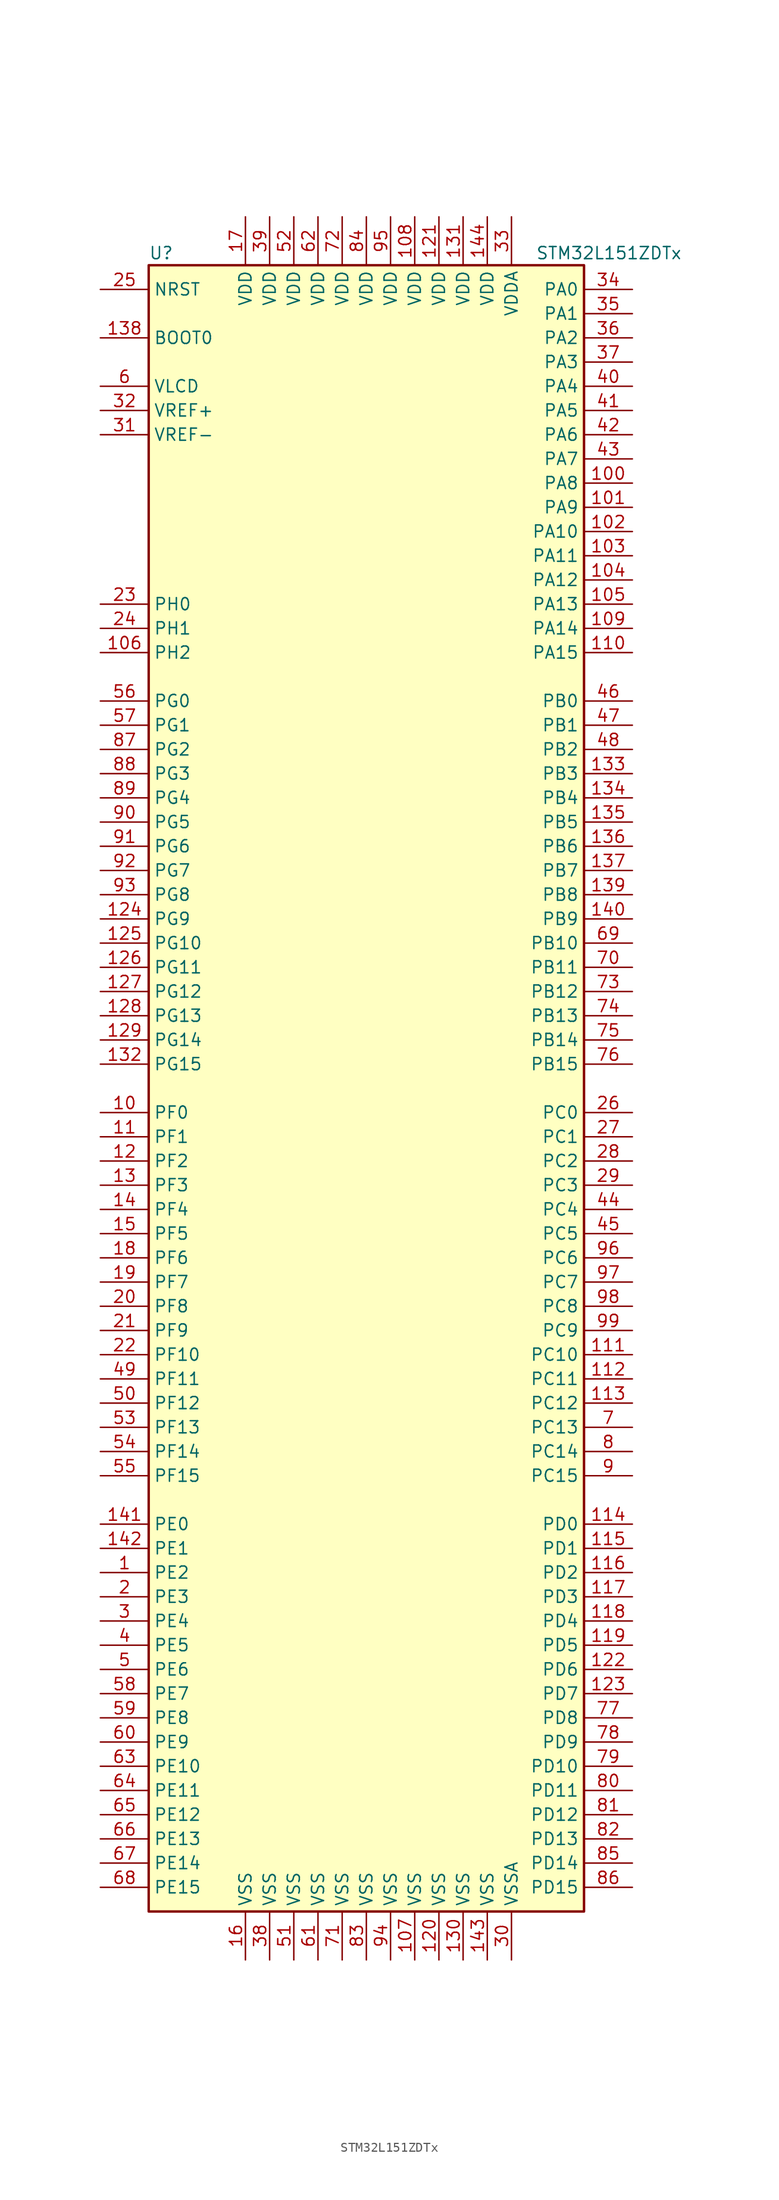
<source format=kicad_sym>
(kicad_symbol_lib
  (version 20201005)
  (generator kicad_symbol_editor)
  (symbol "MCU_ST_STM32L1:STM32L151ZDTx"
    (property "Reference" "U"
      (at -22.86 87.63 0)
      (effects (font (size 1.27 1.27)) (justify left)))
    (property "Value" "STM32L151ZDTx"
      (at 17.78 87.63 0)
      (effects (font (size 1.27 1.27)) (justify left)))
    (symbol "STM32L151ZDTx_0_1"
      (rectangle (start -22.86 -86.36) (end 22.86 86.36) (stroke (width 0.254)) (fill (type background))))
    (symbol "STM32L151ZDTx_1_1"
      (pin input line (at -27.94 78.74 0) (length 5.08) (name "BOOT0" (effects (font (size 1.27 1.27)))) (number "138" (effects (font (size 1.27 1.27)))))
      (pin input line (at -27.94 83.82 0) (length 5.08) (name "NRST" (effects (font (size 1.27 1.27)))) (number "25" (effects (font (size 1.27 1.27)))))
      (pin bidirectional line (at 27.94 83.82 180) (length 5.08) (name "PA0" (effects (font (size 1.27 1.27)))) (number "34" (effects (font (size 1.27 1.27)))))
      (pin bidirectional line (at 27.94 81.28 180) (length 5.08) (name "PA1" (effects (font (size 1.27 1.27)))) (number "35" (effects (font (size 1.27 1.27)))))
      (pin bidirectional line (at 27.94 58.42 180) (length 5.08) (name "PA10" (effects (font (size 1.27 1.27)))) (number "102" (effects (font (size 1.27 1.27)))))
      (pin bidirectional line (at 27.94 55.88 180) (length 5.08) (name "PA11" (effects (font (size 1.27 1.27)))) (number "103" (effects (font (size 1.27 1.27)))))
      (pin bidirectional line (at 27.94 53.34 180) (length 5.08) (name "PA12" (effects (font (size 1.27 1.27)))) (number "104" (effects (font (size 1.27 1.27)))))
      (pin bidirectional line (at 27.94 50.8 180) (length 5.08) (name "PA13" (effects (font (size 1.27 1.27)))) (number "105" (effects (font (size 1.27 1.27)))))
      (pin bidirectional line (at 27.94 48.26 180) (length 5.08) (name "PA14" (effects (font (size 1.27 1.27)))) (number "109" (effects (font (size 1.27 1.27)))))
      (pin bidirectional line (at 27.94 45.72 180) (length 5.08) (name "PA15" (effects (font (size 1.27 1.27)))) (number "110" (effects (font (size 1.27 1.27)))))
      (pin bidirectional line (at 27.94 78.74 180) (length 5.08) (name "PA2" (effects (font (size 1.27 1.27)))) (number "36" (effects (font (size 1.27 1.27)))))
      (pin bidirectional line (at 27.94 76.2 180) (length 5.08) (name "PA3" (effects (font (size 1.27 1.27)))) (number "37" (effects (font (size 1.27 1.27)))))
      (pin bidirectional line (at 27.94 73.66 180) (length 5.08) (name "PA4" (effects (font (size 1.27 1.27)))) (number "40" (effects (font (size 1.27 1.27)))))
      (pin bidirectional line (at 27.94 71.12 180) (length 5.08) (name "PA5" (effects (font (size 1.27 1.27)))) (number "41" (effects (font (size 1.27 1.27)))))
      (pin bidirectional line (at 27.94 68.58 180) (length 5.08) (name "PA6" (effects (font (size 1.27 1.27)))) (number "42" (effects (font (size 1.27 1.27)))))
      (pin bidirectional line (at 27.94 66.04 180) (length 5.08) (name "PA7" (effects (font (size 1.27 1.27)))) (number "43" (effects (font (size 1.27 1.27)))))
      (pin bidirectional line (at 27.94 63.5 180) (length 5.08) (name "PA8" (effects (font (size 1.27 1.27)))) (number "100" (effects (font (size 1.27 1.27)))))
      (pin bidirectional line (at 27.94 60.96 180) (length 5.08) (name "PA9" (effects (font (size 1.27 1.27)))) (number "101" (effects (font (size 1.27 1.27)))))
      (pin bidirectional line (at 27.94 40.64 180) (length 5.08) (name "PB0" (effects (font (size 1.27 1.27)))) (number "46" (effects (font (size 1.27 1.27)))))
      (pin bidirectional line (at 27.94 38.1 180) (length 5.08) (name "PB1" (effects (font (size 1.27 1.27)))) (number "47" (effects (font (size 1.27 1.27)))))
      (pin bidirectional line (at 27.94 15.24 180) (length 5.08) (name "PB10" (effects (font (size 1.27 1.27)))) (number "69" (effects (font (size 1.27 1.27)))))
      (pin bidirectional line (at 27.94 12.7 180) (length 5.08) (name "PB11" (effects (font (size 1.27 1.27)))) (number "70" (effects (font (size 1.27 1.27)))))
      (pin bidirectional line (at 27.94 10.16 180) (length 5.08) (name "PB12" (effects (font (size 1.27 1.27)))) (number "73" (effects (font (size 1.27 1.27)))))
      (pin bidirectional line (at 27.94 7.62 180) (length 5.08) (name "PB13" (effects (font (size 1.27 1.27)))) (number "74" (effects (font (size 1.27 1.27)))))
      (pin bidirectional line (at 27.94 5.08 180) (length 5.08) (name "PB14" (effects (font (size 1.27 1.27)))) (number "75" (effects (font (size 1.27 1.27)))))
      (pin bidirectional line (at 27.94 2.54 180) (length 5.08) (name "PB15" (effects (font (size 1.27 1.27)))) (number "76" (effects (font (size 1.27 1.27)))))
      (pin bidirectional line (at 27.94 35.56 180) (length 5.08) (name "PB2" (effects (font (size 1.27 1.27)))) (number "48" (effects (font (size 1.27 1.27)))))
      (pin bidirectional line (at 27.94 33.02 180) (length 5.08) (name "PB3" (effects (font (size 1.27 1.27)))) (number "133" (effects (font (size 1.27 1.27)))))
      (pin bidirectional line (at 27.94 30.48 180) (length 5.08) (name "PB4" (effects (font (size 1.27 1.27)))) (number "134" (effects (font (size 1.27 1.27)))))
      (pin bidirectional line (at 27.94 27.94 180) (length 5.08) (name "PB5" (effects (font (size 1.27 1.27)))) (number "135" (effects (font (size 1.27 1.27)))))
      (pin bidirectional line (at 27.94 25.4 180) (length 5.08) (name "PB6" (effects (font (size 1.27 1.27)))) (number "136" (effects (font (size 1.27 1.27)))))
      (pin bidirectional line (at 27.94 22.86 180) (length 5.08) (name "PB7" (effects (font (size 1.27 1.27)))) (number "137" (effects (font (size 1.27 1.27)))))
      (pin bidirectional line (at 27.94 20.32 180) (length 5.08) (name "PB8" (effects (font (size 1.27 1.27)))) (number "139" (effects (font (size 1.27 1.27)))))
      (pin bidirectional line (at 27.94 17.78 180) (length 5.08) (name "PB9" (effects (font (size 1.27 1.27)))) (number "140" (effects (font (size 1.27 1.27)))))
      (pin bidirectional line (at 27.94 -2.54 180) (length 5.08) (name "PC0" (effects (font (size 1.27 1.27)))) (number "26" (effects (font (size 1.27 1.27)))))
      (pin bidirectional line (at 27.94 -5.08 180) (length 5.08) (name "PC1" (effects (font (size 1.27 1.27)))) (number "27" (effects (font (size 1.27 1.27)))))
      (pin bidirectional line (at 27.94 -27.94 180) (length 5.08) (name "PC10" (effects (font (size 1.27 1.27)))) (number "111" (effects (font (size 1.27 1.27)))))
      (pin bidirectional line (at 27.94 -30.48 180) (length 5.08) (name "PC11" (effects (font (size 1.27 1.27)))) (number "112" (effects (font (size 1.27 1.27)))))
      (pin bidirectional line (at 27.94 -33.02 180) (length 5.08) (name "PC12" (effects (font (size 1.27 1.27)))) (number "113" (effects (font (size 1.27 1.27)))))
      (pin bidirectional line (at 27.94 -35.56 180) (length 5.08) (name "PC13" (effects (font (size 1.27 1.27)))) (number "7" (effects (font (size 1.27 1.27)))))
      (pin bidirectional line (at 27.94 -38.1 180) (length 5.08) (name "PC14" (effects (font (size 1.27 1.27)))) (number "8" (effects (font (size 1.27 1.27)))))
      (pin bidirectional line (at 27.94 -40.64 180) (length 5.08) (name "PC15" (effects (font (size 1.27 1.27)))) (number "9" (effects (font (size 1.27 1.27)))))
      (pin bidirectional line (at 27.94 -7.62 180) (length 5.08) (name "PC2" (effects (font (size 1.27 1.27)))) (number "28" (effects (font (size 1.27 1.27)))))
      (pin bidirectional line (at 27.94 -10.16 180) (length 5.08) (name "PC3" (effects (font (size 1.27 1.27)))) (number "29" (effects (font (size 1.27 1.27)))))
      (pin bidirectional line (at 27.94 -12.7 180) (length 5.08) (name "PC4" (effects (font (size 1.27 1.27)))) (number "44" (effects (font (size 1.27 1.27)))))
      (pin bidirectional line (at 27.94 -15.24 180) (length 5.08) (name "PC5" (effects (font (size 1.27 1.27)))) (number "45" (effects (font (size 1.27 1.27)))))
      (pin bidirectional line (at 27.94 -17.78 180) (length 5.08) (name "PC6" (effects (font (size 1.27 1.27)))) (number "96" (effects (font (size 1.27 1.27)))))
      (pin bidirectional line (at 27.94 -20.32 180) (length 5.08) (name "PC7" (effects (font (size 1.27 1.27)))) (number "97" (effects (font (size 1.27 1.27)))))
      (pin bidirectional line (at 27.94 -22.86 180) (length 5.08) (name "PC8" (effects (font (size 1.27 1.27)))) (number "98" (effects (font (size 1.27 1.27)))))
      (pin bidirectional line (at 27.94 -25.4 180) (length 5.08) (name "PC9" (effects (font (size 1.27 1.27)))) (number "99" (effects (font (size 1.27 1.27)))))
      (pin bidirectional line (at 27.94 -45.72 180) (length 5.08) (name "PD0" (effects (font (size 1.27 1.27)))) (number "114" (effects (font (size 1.27 1.27)))))
      (pin bidirectional line (at 27.94 -48.26 180) (length 5.08) (name "PD1" (effects (font (size 1.27 1.27)))) (number "115" (effects (font (size 1.27 1.27)))))
      (pin bidirectional line (at 27.94 -71.12 180) (length 5.08) (name "PD10" (effects (font (size 1.27 1.27)))) (number "79" (effects (font (size 1.27 1.27)))))
      (pin bidirectional line (at 27.94 -73.66 180) (length 5.08) (name "PD11" (effects (font (size 1.27 1.27)))) (number "80" (effects (font (size 1.27 1.27)))))
      (pin bidirectional line (at 27.94 -76.2 180) (length 5.08) (name "PD12" (effects (font (size 1.27 1.27)))) (number "81" (effects (font (size 1.27 1.27)))))
      (pin bidirectional line (at 27.94 -78.74 180) (length 5.08) (name "PD13" (effects (font (size 1.27 1.27)))) (number "82" (effects (font (size 1.27 1.27)))))
      (pin bidirectional line (at 27.94 -81.28 180) (length 5.08) (name "PD14" (effects (font (size 1.27 1.27)))) (number "85" (effects (font (size 1.27 1.27)))))
      (pin bidirectional line (at 27.94 -83.82 180) (length 5.08) (name "PD15" (effects (font (size 1.27 1.27)))) (number "86" (effects (font (size 1.27 1.27)))))
      (pin bidirectional line (at 27.94 -50.8 180) (length 5.08) (name "PD2" (effects (font (size 1.27 1.27)))) (number "116" (effects (font (size 1.27 1.27)))))
      (pin bidirectional line (at 27.94 -53.34 180) (length 5.08) (name "PD3" (effects (font (size 1.27 1.27)))) (number "117" (effects (font (size 1.27 1.27)))))
      (pin bidirectional line (at 27.94 -55.88 180) (length 5.08) (name "PD4" (effects (font (size 1.27 1.27)))) (number "118" (effects (font (size 1.27 1.27)))))
      (pin bidirectional line (at 27.94 -58.42 180) (length 5.08) (name "PD5" (effects (font (size 1.27 1.27)))) (number "119" (effects (font (size 1.27 1.27)))))
      (pin bidirectional line (at 27.94 -60.96 180) (length 5.08) (name "PD6" (effects (font (size 1.27 1.27)))) (number "122" (effects (font (size 1.27 1.27)))))
      (pin bidirectional line (at 27.94 -63.5 180) (length 5.08) (name "PD7" (effects (font (size 1.27 1.27)))) (number "123" (effects (font (size 1.27 1.27)))))
      (pin bidirectional line (at 27.94 -66.04 180) (length 5.08) (name "PD8" (effects (font (size 1.27 1.27)))) (number "77" (effects (font (size 1.27 1.27)))))
      (pin bidirectional line (at 27.94 -68.58 180) (length 5.08) (name "PD9" (effects (font (size 1.27 1.27)))) (number "78" (effects (font (size 1.27 1.27)))))
      (pin bidirectional line (at -27.94 -45.72 0) (length 5.08) (name "PE0" (effects (font (size 1.27 1.27)))) (number "141" (effects (font (size 1.27 1.27)))))
      (pin bidirectional line (at -27.94 -48.26 0) (length 5.08) (name "PE1" (effects (font (size 1.27 1.27)))) (number "142" (effects (font (size 1.27 1.27)))))
      (pin bidirectional line (at -27.94 -71.12 0) (length 5.08) (name "PE10" (effects (font (size 1.27 1.27)))) (number "63" (effects (font (size 1.27 1.27)))))
      (pin bidirectional line (at -27.94 -73.66 0) (length 5.08) (name "PE11" (effects (font (size 1.27 1.27)))) (number "64" (effects (font (size 1.27 1.27)))))
      (pin bidirectional line (at -27.94 -76.2 0) (length 5.08) (name "PE12" (effects (font (size 1.27 1.27)))) (number "65" (effects (font (size 1.27 1.27)))))
      (pin bidirectional line (at -27.94 -78.74 0) (length 5.08) (name "PE13" (effects (font (size 1.27 1.27)))) (number "66" (effects (font (size 1.27 1.27)))))
      (pin bidirectional line (at -27.94 -81.28 0) (length 5.08) (name "PE14" (effects (font (size 1.27 1.27)))) (number "67" (effects (font (size 1.27 1.27)))))
      (pin bidirectional line (at -27.94 -83.82 0) (length 5.08) (name "PE15" (effects (font (size 1.27 1.27)))) (number "68" (effects (font (size 1.27 1.27)))))
      (pin bidirectional line (at -27.94 -50.8 0) (length 5.08) (name "PE2" (effects (font (size 1.27 1.27)))) (number "1" (effects (font (size 1.27 1.27)))))
      (pin bidirectional line (at -27.94 -53.34 0) (length 5.08) (name "PE3" (effects (font (size 1.27 1.27)))) (number "2" (effects (font (size 1.27 1.27)))))
      (pin bidirectional line (at -27.94 -55.88 0) (length 5.08) (name "PE4" (effects (font (size 1.27 1.27)))) (number "3" (effects (font (size 1.27 1.27)))))
      (pin bidirectional line (at -27.94 -58.42 0) (length 5.08) (name "PE5" (effects (font (size 1.27 1.27)))) (number "4" (effects (font (size 1.27 1.27)))))
      (pin bidirectional line (at -27.94 -60.96 0) (length 5.08) (name "PE6" (effects (font (size 1.27 1.27)))) (number "5" (effects (font (size 1.27 1.27)))))
      (pin bidirectional line (at -27.94 -63.5 0) (length 5.08) (name "PE7" (effects (font (size 1.27 1.27)))) (number "58" (effects (font (size 1.27 1.27)))))
      (pin bidirectional line (at -27.94 -66.04 0) (length 5.08) (name "PE8" (effects (font (size 1.27 1.27)))) (number "59" (effects (font (size 1.27 1.27)))))
      (pin bidirectional line (at -27.94 -68.58 0) (length 5.08) (name "PE9" (effects (font (size 1.27 1.27)))) (number "60" (effects (font (size 1.27 1.27)))))
      (pin bidirectional line (at -27.94 -2.54 0) (length 5.08) (name "PF0" (effects (font (size 1.27 1.27)))) (number "10" (effects (font (size 1.27 1.27)))))
      (pin bidirectional line (at -27.94 -5.08 0) (length 5.08) (name "PF1" (effects (font (size 1.27 1.27)))) (number "11" (effects (font (size 1.27 1.27)))))
      (pin bidirectional line (at -27.94 -27.94 0) (length 5.08) (name "PF10" (effects (font (size 1.27 1.27)))) (number "22" (effects (font (size 1.27 1.27)))))
      (pin bidirectional line (at -27.94 -30.48 0) (length 5.08) (name "PF11" (effects (font (size 1.27 1.27)))) (number "49" (effects (font (size 1.27 1.27)))))
      (pin bidirectional line (at -27.94 -33.02 0) (length 5.08) (name "PF12" (effects (font (size 1.27 1.27)))) (number "50" (effects (font (size 1.27 1.27)))))
      (pin bidirectional line (at -27.94 -35.56 0) (length 5.08) (name "PF13" (effects (font (size 1.27 1.27)))) (number "53" (effects (font (size 1.27 1.27)))))
      (pin bidirectional line (at -27.94 -38.1 0) (length 5.08) (name "PF14" (effects (font (size 1.27 1.27)))) (number "54" (effects (font (size 1.27 1.27)))))
      (pin bidirectional line (at -27.94 -40.64 0) (length 5.08) (name "PF15" (effects (font (size 1.27 1.27)))) (number "55" (effects (font (size 1.27 1.27)))))
      (pin bidirectional line (at -27.94 -7.62 0) (length 5.08) (name "PF2" (effects (font (size 1.27 1.27)))) (number "12" (effects (font (size 1.27 1.27)))))
      (pin bidirectional line (at -27.94 -10.16 0) (length 5.08) (name "PF3" (effects (font (size 1.27 1.27)))) (number "13" (effects (font (size 1.27 1.27)))))
      (pin bidirectional line (at -27.94 -12.7 0) (length 5.08) (name "PF4" (effects (font (size 1.27 1.27)))) (number "14" (effects (font (size 1.27 1.27)))))
      (pin bidirectional line (at -27.94 -15.24 0) (length 5.08) (name "PF5" (effects (font (size 1.27 1.27)))) (number "15" (effects (font (size 1.27 1.27)))))
      (pin bidirectional line (at -27.94 -17.78 0) (length 5.08) (name "PF6" (effects (font (size 1.27 1.27)))) (number "18" (effects (font (size 1.27 1.27)))))
      (pin bidirectional line (at -27.94 -20.32 0) (length 5.08) (name "PF7" (effects (font (size 1.27 1.27)))) (number "19" (effects (font (size 1.27 1.27)))))
      (pin bidirectional line (at -27.94 -22.86 0) (length 5.08) (name "PF8" (effects (font (size 1.27 1.27)))) (number "20" (effects (font (size 1.27 1.27)))))
      (pin bidirectional line (at -27.94 -25.4 0) (length 5.08) (name "PF9" (effects (font (size 1.27 1.27)))) (number "21" (effects (font (size 1.27 1.27)))))
      (pin bidirectional line (at -27.94 40.64 0) (length 5.08) (name "PG0" (effects (font (size 1.27 1.27)))) (number "56" (effects (font (size 1.27 1.27)))))
      (pin bidirectional line (at -27.94 38.1 0) (length 5.08) (name "PG1" (effects (font (size 1.27 1.27)))) (number "57" (effects (font (size 1.27 1.27)))))
      (pin bidirectional line (at -27.94 15.24 0) (length 5.08) (name "PG10" (effects (font (size 1.27 1.27)))) (number "125" (effects (font (size 1.27 1.27)))))
      (pin bidirectional line (at -27.94 12.7 0) (length 5.08) (name "PG11" (effects (font (size 1.27 1.27)))) (number "126" (effects (font (size 1.27 1.27)))))
      (pin bidirectional line (at -27.94 10.16 0) (length 5.08) (name "PG12" (effects (font (size 1.27 1.27)))) (number "127" (effects (font (size 1.27 1.27)))))
      (pin bidirectional line (at -27.94 7.62 0) (length 5.08) (name "PG13" (effects (font (size 1.27 1.27)))) (number "128" (effects (font (size 1.27 1.27)))))
      (pin bidirectional line (at -27.94 5.08 0) (length 5.08) (name "PG14" (effects (font (size 1.27 1.27)))) (number "129" (effects (font (size 1.27 1.27)))))
      (pin bidirectional line (at -27.94 2.54 0) (length 5.08) (name "PG15" (effects (font (size 1.27 1.27)))) (number "132" (effects (font (size 1.27 1.27)))))
      (pin bidirectional line (at -27.94 35.56 0) (length 5.08) (name "PG2" (effects (font (size 1.27 1.27)))) (number "87" (effects (font (size 1.27 1.27)))))
      (pin bidirectional line (at -27.94 33.02 0) (length 5.08) (name "PG3" (effects (font (size 1.27 1.27)))) (number "88" (effects (font (size 1.27 1.27)))))
      (pin bidirectional line (at -27.94 30.48 0) (length 5.08) (name "PG4" (effects (font (size 1.27 1.27)))) (number "89" (effects (font (size 1.27 1.27)))))
      (pin bidirectional line (at -27.94 27.94 0) (length 5.08) (name "PG5" (effects (font (size 1.27 1.27)))) (number "90" (effects (font (size 1.27 1.27)))))
      (pin bidirectional line (at -27.94 25.4 0) (length 5.08) (name "PG6" (effects (font (size 1.27 1.27)))) (number "91" (effects (font (size 1.27 1.27)))))
      (pin bidirectional line (at -27.94 22.86 0) (length 5.08) (name "PG7" (effects (font (size 1.27 1.27)))) (number "92" (effects (font (size 1.27 1.27)))))
      (pin bidirectional line (at -27.94 20.32 0) (length 5.08) (name "PG8" (effects (font (size 1.27 1.27)))) (number "93" (effects (font (size 1.27 1.27)))))
      (pin bidirectional line (at -27.94 17.78 0) (length 5.08) (name "PG9" (effects (font (size 1.27 1.27)))) (number "124" (effects (font (size 1.27 1.27)))))
      (pin input line (at -27.94 50.8 0) (length 5.08) (name "PH0" (effects (font (size 1.27 1.27)))) (number "23" (effects (font (size 1.27 1.27)))))
      (pin input line (at -27.94 48.26 0) (length 5.08) (name "PH1" (effects (font (size 1.27 1.27)))) (number "24" (effects (font (size 1.27 1.27)))))
      (pin bidirectional line (at -27.94 45.72 0) (length 5.08) (name "PH2" (effects (font (size 1.27 1.27)))) (number "106" (effects (font (size 1.27 1.27)))))
      (pin power_in line (at 5.08 91.44 270) (length 5.08) (name "VDD" (effects (font (size 1.27 1.27)))) (number "108" (effects (font (size 1.27 1.27)))))
      (pin power_in line (at 7.62 91.44 270) (length 5.08) (name "VDD" (effects (font (size 1.27 1.27)))) (number "121" (effects (font (size 1.27 1.27)))))
      (pin power_in line (at 10.16 91.44 270) (length 5.08) (name "VDD" (effects (font (size 1.27 1.27)))) (number "131" (effects (font (size 1.27 1.27)))))
      (pin power_in line (at 12.7 91.44 270) (length 5.08) (name "VDD" (effects (font (size 1.27 1.27)))) (number "144" (effects (font (size 1.27 1.27)))))
      (pin power_in line (at -12.7 91.44 270) (length 5.08) (name "VDD" (effects (font (size 1.27 1.27)))) (number "17" (effects (font (size 1.27 1.27)))))
      (pin power_in line (at -10.16 91.44 270) (length 5.08) (name "VDD" (effects (font (size 1.27 1.27)))) (number "39" (effects (font (size 1.27 1.27)))))
      (pin power_in line (at -7.62 91.44 270) (length 5.08) (name "VDD" (effects (font (size 1.27 1.27)))) (number "52" (effects (font (size 1.27 1.27)))))
      (pin power_in line (at -5.08 91.44 270) (length 5.08) (name "VDD" (effects (font (size 1.27 1.27)))) (number "62" (effects (font (size 1.27 1.27)))))
      (pin power_in line (at -2.54 91.44 270) (length 5.08) (name "VDD" (effects (font (size 1.27 1.27)))) (number "72" (effects (font (size 1.27 1.27)))))
      (pin power_in line (at 0 91.44 270) (length 5.08) (name "VDD" (effects (font (size 1.27 1.27)))) (number "84" (effects (font (size 1.27 1.27)))))
      (pin power_in line (at 2.54 91.44 270) (length 5.08) (name "VDD" (effects (font (size 1.27 1.27)))) (number "95" (effects (font (size 1.27 1.27)))))
      (pin power_in line (at 15.24 91.44 270) (length 5.08) (name "VDDA" (effects (font (size 1.27 1.27)))) (number "33" (effects (font (size 1.27 1.27)))))
      (pin power_in line (at -27.94 73.66 0) (length 5.08) (name "VLCD" (effects (font (size 1.27 1.27)))) (number "6" (effects (font (size 1.27 1.27)))))
      (pin power_in line (at -27.94 71.12 0) (length 5.08) (name "VREF+" (effects (font (size 1.27 1.27)))) (number "32" (effects (font (size 1.27 1.27)))))
      (pin power_in line (at -27.94 68.58 0) (length 5.08) (name "VREF-" (effects (font (size 1.27 1.27)))) (number "31" (effects (font (size 1.27 1.27)))))
      (pin power_in line (at 5.08 -91.44 90) (length 5.08) (name "VSS" (effects (font (size 1.27 1.27)))) (number "107" (effects (font (size 1.27 1.27)))))
      (pin power_in line (at 7.62 -91.44 90) (length 5.08) (name "VSS" (effects (font (size 1.27 1.27)))) (number "120" (effects (font (size 1.27 1.27)))))
      (pin power_in line (at 10.16 -91.44 90) (length 5.08) (name "VSS" (effects (font (size 1.27 1.27)))) (number "130" (effects (font (size 1.27 1.27)))))
      (pin power_in line (at 12.7 -91.44 90) (length 5.08) (name "VSS" (effects (font (size 1.27 1.27)))) (number "143" (effects (font (size 1.27 1.27)))))
      (pin power_in line (at -12.7 -91.44 90) (length 5.08) (name "VSS" (effects (font (size 1.27 1.27)))) (number "16" (effects (font (size 1.27 1.27)))))
      (pin power_in line (at -10.16 -91.44 90) (length 5.08) (name "VSS" (effects (font (size 1.27 1.27)))) (number "38" (effects (font (size 1.27 1.27)))))
      (pin power_in line (at -7.62 -91.44 90) (length 5.08) (name "VSS" (effects (font (size 1.27 1.27)))) (number "51" (effects (font (size 1.27 1.27)))))
      (pin power_in line (at -5.08 -91.44 90) (length 5.08) (name "VSS" (effects (font (size 1.27 1.27)))) (number "61" (effects (font (size 1.27 1.27)))))
      (pin power_in line (at -2.54 -91.44 90) (length 5.08) (name "VSS" (effects (font (size 1.27 1.27)))) (number "71" (effects (font (size 1.27 1.27)))))
      (pin power_in line (at 0 -91.44 90) (length 5.08) (name "VSS" (effects (font (size 1.27 1.27)))) (number "83" (effects (font (size 1.27 1.27)))))
      (pin power_in line (at 2.54 -91.44 90) (length 5.08) (name "VSS" (effects (font (size 1.27 1.27)))) (number "94" (effects (font (size 1.27 1.27)))))
      (pin power_in line (at 15.24 -91.44 90) (length 5.08) (name "VSSA" (effects (font (size 1.27 1.27)))) (number "30" (effects (font (size 1.27 1.27))))))))
</source>
